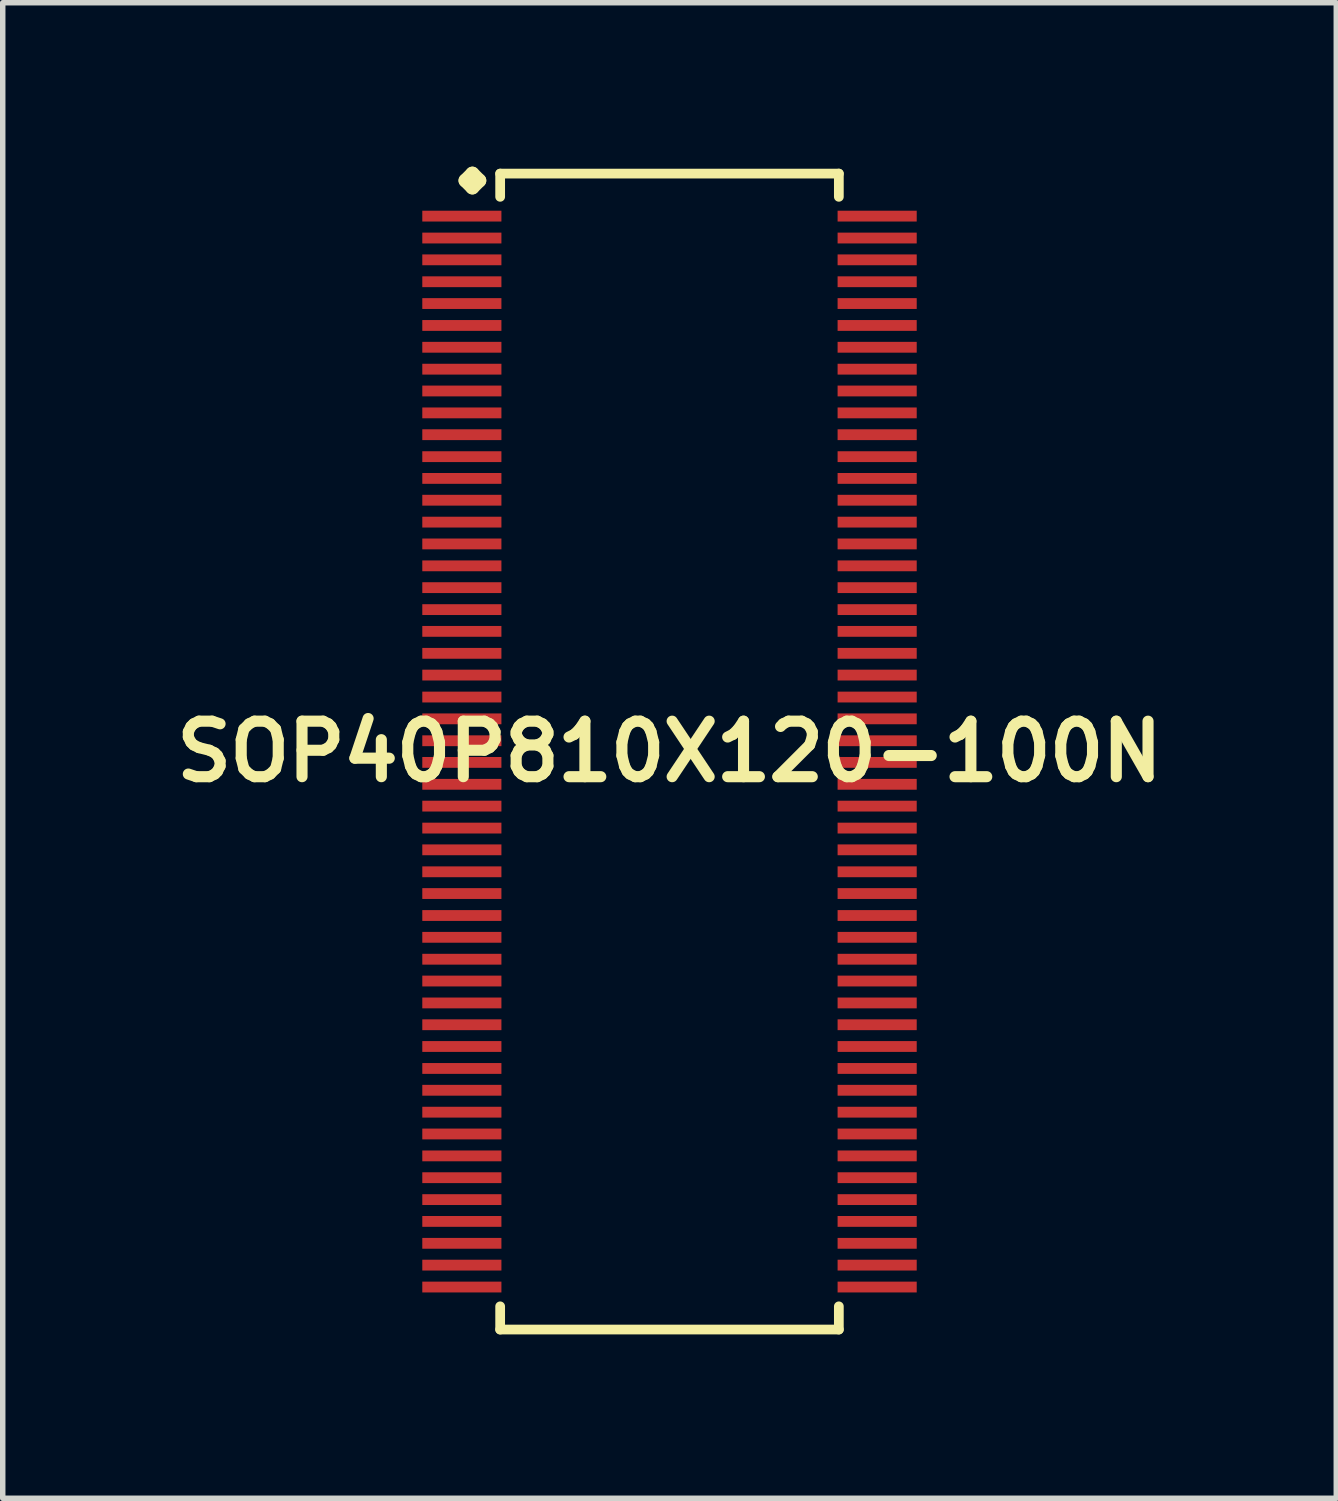
<source format=kicad_pcb>
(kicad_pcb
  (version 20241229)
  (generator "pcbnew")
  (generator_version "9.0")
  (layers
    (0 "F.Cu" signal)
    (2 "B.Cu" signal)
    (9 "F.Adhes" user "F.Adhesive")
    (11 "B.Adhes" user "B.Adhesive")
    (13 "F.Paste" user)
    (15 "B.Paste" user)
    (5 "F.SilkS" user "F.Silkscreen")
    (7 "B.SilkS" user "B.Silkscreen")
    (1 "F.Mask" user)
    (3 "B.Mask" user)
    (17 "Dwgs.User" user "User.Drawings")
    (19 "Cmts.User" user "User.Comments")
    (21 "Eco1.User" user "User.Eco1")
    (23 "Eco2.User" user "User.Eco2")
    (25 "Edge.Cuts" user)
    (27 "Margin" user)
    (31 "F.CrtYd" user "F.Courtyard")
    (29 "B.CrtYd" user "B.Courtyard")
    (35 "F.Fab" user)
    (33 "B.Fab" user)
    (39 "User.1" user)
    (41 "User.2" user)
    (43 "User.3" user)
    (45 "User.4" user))
  (footprint "SOP40P810X120-100N"
    (layer "F.Cu")
    (at 9.202 10.704)
    (property "Reference" "SOP40P810X120-100N" (at 0 0 0) (layer "F.SilkS") (effects (font (size 1.016 1.016) (thickness 0.203))))
    (attr smd)
    (fp_line (start -3.734 -10.45) (end -3.607 -10.577) (stroke (width 0.254) (type solid)) (layer "F.SilkS"))
    (fp_line (start -3.607 -10.577) (end -3.48 -10.45) (stroke (width 0.254) (type solid)) (layer "F.SilkS"))
    (fp_line (start -3.607 -10.323) (end -3.734 -10.45) (stroke (width 0.254) (type solid)) (layer "F.SilkS"))
    (fp_line (start -3.48 -10.45) (end -3.607 -10.323) (stroke (width 0.254) (type solid)) (layer "F.SilkS"))
    (fp_line (start -3.099 -10.577) (end 3.099 -10.577) (stroke (width 0.178) (type solid)) (layer "F.SilkS"))
    (fp_line (start -3.099 -10.152) (end -3.099 -10.577) (stroke (width 0.178) (type solid)) (layer "F.SilkS"))
    (fp_line (start -3.099 10.152) (end -3.099 10.577) (stroke (width 0.178) (type solid)) (layer "F.SilkS"))
    (fp_line (start -3.099 10.577) (end 3.099 10.577) (stroke (width 0.178) (type solid)) (layer "F.SilkS"))
    (fp_line (start 3.099 -10.577) (end 3.099 -10.152) (stroke (width 0.178) (type solid)) (layer "F.SilkS"))
    (fp_line (start 3.099 10.577) (end 3.099 10.152) (stroke (width 0.178) (type solid)) (layer "F.SilkS"))
    (pad "1" smd rect (at -3.8 -9.799) (size 1.448 0.198) (layers "F.Cu" "F.Mask" "F.Paste"))
    (pad "2" smd rect (at -3.8 -9.398) (size 1.448 0.198) (layers "F.Cu" "F.Mask" "F.Paste"))
    (pad "3" smd rect (at -3.8 -8.999) (size 1.448 0.198) (layers "F.Cu" "F.Mask" "F.Paste"))
    (pad "4" smd rect (at -3.8 -8.598) (size 1.448 0.198) (layers "F.Cu" "F.Mask" "F.Paste"))
    (pad "5" smd rect (at -3.8 -8.199) (size 1.448 0.198) (layers "F.Cu" "F.Mask" "F.Paste"))
    (pad "6" smd rect (at -3.8 -7.798) (size 1.448 0.198) (layers "F.Cu" "F.Mask" "F.Paste"))
    (pad "7" smd rect (at -3.8 -7.399) (size 1.448 0.198) (layers "F.Cu" "F.Mask" "F.Paste"))
    (pad "8" smd rect (at -3.8 -6.998) (size 1.448 0.198) (layers "F.Cu" "F.Mask" "F.Paste"))
    (pad "9" smd rect (at -3.8 -6.599) (size 1.448 0.198) (layers "F.Cu" "F.Mask" "F.Paste"))
    (pad "10" smd rect (at -3.8 -6.198) (size 1.448 0.198) (layers "F.Cu" "F.Mask" "F.Paste"))
    (pad "11" smd rect (at -3.8 -5.799) (size 1.448 0.198) (layers "F.Cu" "F.Mask" "F.Paste"))
    (pad "12" smd rect (at -3.8 -5.397) (size 1.448 0.198) (layers "F.Cu" "F.Mask" "F.Paste"))
    (pad "13" smd rect (at -3.8 -4.999) (size 1.448 0.198) (layers "F.Cu" "F.Mask" "F.Paste"))
    (pad "14" smd rect (at -3.8 -4.6) (size 1.448 0.198) (layers "F.Cu" "F.Mask" "F.Paste"))
    (pad "15" smd rect (at -3.8 -4.199) (size 1.448 0.198) (layers "F.Cu" "F.Mask" "F.Paste"))
    (pad "16" smd rect (at -3.8 -3.8) (size 1.448 0.198) (layers "F.Cu" "F.Mask" "F.Paste"))
    (pad "17" smd rect (at -3.8 -3.399) (size 1.448 0.198) (layers "F.Cu" "F.Mask" "F.Paste"))
    (pad "18" smd rect (at -3.8 -3) (size 1.448 0.198) (layers "F.Cu" "F.Mask" "F.Paste"))
    (pad "19" smd rect (at -3.8 -2.598) (size 1.448 0.198) (layers "F.Cu" "F.Mask" "F.Paste"))
    (pad "20" smd rect (at -3.8 -2.2) (size 1.448 0.198) (layers "F.Cu" "F.Mask" "F.Paste"))
    (pad "21" smd rect (at -3.8 -1.798) (size 1.448 0.198) (layers "F.Cu" "F.Mask" "F.Paste"))
    (pad "22" smd rect (at -3.8 -1.4) (size 1.448 0.198) (layers "F.Cu" "F.Mask" "F.Paste"))
    (pad "23" smd rect (at -3.8 -0.998) (size 1.448 0.198) (layers "F.Cu" "F.Mask" "F.Paste"))
    (pad "24" smd rect (at -3.8 -0.599) (size 1.448 0.198) (layers "F.Cu" "F.Mask" "F.Paste"))
    (pad "25" smd rect (at -3.8 -0.198) (size 1.448 0.198) (layers "F.Cu" "F.Mask" "F.Paste"))
    (pad "26" smd rect (at -3.8 0.198) (size 1.448 0.198) (layers "F.Cu" "F.Mask" "F.Paste"))
    (pad "27" smd rect (at -3.8 0.599) (size 1.448 0.198) (layers "F.Cu" "F.Mask" "F.Paste"))
    (pad "28" smd rect (at -3.8 0.998) (size 1.448 0.198) (layers "F.Cu" "F.Mask" "F.Paste"))
    (pad "29" smd rect (at -3.8 1.4) (size 1.448 0.198) (layers "F.Cu" "F.Mask" "F.Paste"))
    (pad "30" smd rect (at -3.8 1.798) (size 1.448 0.198) (layers "F.Cu" "F.Mask" "F.Paste"))
    (pad "31" smd rect (at -3.8 2.2) (size 1.448 0.198) (layers "F.Cu" "F.Mask" "F.Paste"))
    (pad "32" smd rect (at -3.8 2.598) (size 1.448 0.198) (layers "F.Cu" "F.Mask" "F.Paste"))
    (pad "33" smd rect (at -3.8 3) (size 1.448 0.198) (layers "F.Cu" "F.Mask" "F.Paste"))
    (pad "34" smd rect (at -3.8 3.399) (size 1.448 0.198) (layers "F.Cu" "F.Mask" "F.Paste"))
    (pad "35" smd rect (at -3.8 3.8) (size 1.448 0.198) (layers "F.Cu" "F.Mask" "F.Paste"))
    (pad "36" smd rect (at -3.8 4.199) (size 1.448 0.198) (layers "F.Cu" "F.Mask" "F.Paste"))
    (pad "37" smd rect (at -3.8 4.6) (size 1.448 0.198) (layers "F.Cu" "F.Mask" "F.Paste"))
    (pad "38" smd rect (at -3.8 4.999) (size 1.448 0.198) (layers "F.Cu" "F.Mask" "F.Paste"))
    (pad "39" smd rect (at -3.8 5.397) (size 1.448 0.198) (layers "F.Cu" "F.Mask" "F.Paste"))
    (pad "40" smd rect (at -3.8 5.799) (size 1.448 0.198) (layers "F.Cu" "F.Mask" "F.Paste"))
    (pad "41" smd rect (at -3.8 6.198) (size 1.448 0.198) (layers "F.Cu" "F.Mask" "F.Paste"))
    (pad "42" smd rect (at -3.8 6.599) (size 1.448 0.198) (layers "F.Cu" "F.Mask" "F.Paste"))
    (pad "43" smd rect (at -3.8 6.998) (size 1.448 0.198) (layers "F.Cu" "F.Mask" "F.Paste"))
    (pad "44" smd rect (at -3.8 7.399) (size 1.448 0.198) (layers "F.Cu" "F.Mask" "F.Paste"))
    (pad "45" smd rect (at -3.8 7.798) (size 1.448 0.198) (layers "F.Cu" "F.Mask" "F.Paste"))
    (pad "46" smd rect (at -3.8 8.199) (size 1.448 0.198) (layers "F.Cu" "F.Mask" "F.Paste"))
    (pad "47" smd rect (at -3.8 8.598) (size 1.448 0.198) (layers "F.Cu" "F.Mask" "F.Paste"))
    (pad "48" smd rect (at -3.8 8.999) (size 1.448 0.198) (layers "F.Cu" "F.Mask" "F.Paste"))
    (pad "49" smd rect (at -3.8 9.398) (size 1.448 0.198) (layers "F.Cu" "F.Mask" "F.Paste"))
    (pad "50" smd rect (at -3.8 9.799) (size 1.448 0.198) (layers "F.Cu" "F.Mask" "F.Paste"))
    (pad "51" smd rect (at 3.8 9.799) (size 1.448 0.198) (layers "F.Cu" "F.Mask" "F.Paste"))
    (pad "52" smd rect (at 3.8 9.398) (size 1.448 0.198) (layers "F.Cu" "F.Mask" "F.Paste"))
    (pad "53" smd rect (at 3.8 8.999) (size 1.448 0.198) (layers "F.Cu" "F.Mask" "F.Paste"))
    (pad "54" smd rect (at 3.8 8.598) (size 1.448 0.198) (layers "F.Cu" "F.Mask" "F.Paste"))
    (pad "55" smd rect (at 3.8 8.199) (size 1.448 0.198) (layers "F.Cu" "F.Mask" "F.Paste"))
    (pad "56" smd rect (at 3.8 7.798) (size 1.448 0.198) (layers "F.Cu" "F.Mask" "F.Paste"))
    (pad "57" smd rect (at 3.8 7.399) (size 1.448 0.198) (layers "F.Cu" "F.Mask" "F.Paste"))
    (pad "58" smd rect (at 3.8 6.998) (size 1.448 0.198) (layers "F.Cu" "F.Mask" "F.Paste"))
    (pad "59" smd rect (at 3.8 6.599) (size 1.448 0.198) (layers "F.Cu" "F.Mask" "F.Paste"))
    (pad "60" smd rect (at 3.8 6.198) (size 1.448 0.198) (layers "F.Cu" "F.Mask" "F.Paste"))
    (pad "61" smd rect (at 3.8 5.799) (size 1.448 0.198) (layers "F.Cu" "F.Mask" "F.Paste"))
    (pad "62" smd rect (at 3.8 5.397) (size 1.448 0.198) (layers "F.Cu" "F.Mask" "F.Paste"))
    (pad "63" smd rect (at 3.8 4.999) (size 1.448 0.198) (layers "F.Cu" "F.Mask" "F.Paste"))
    (pad "64" smd rect (at 3.8 4.6) (size 1.448 0.198) (layers "F.Cu" "F.Mask" "F.Paste"))
    (pad "65" smd rect (at 3.8 4.199) (size 1.448 0.198) (layers "F.Cu" "F.Mask" "F.Paste"))
    (pad "66" smd rect (at 3.8 3.8) (size 1.448 0.198) (layers "F.Cu" "F.Mask" "F.Paste"))
    (pad "67" smd rect (at 3.8 3.399) (size 1.448 0.198) (layers "F.Cu" "F.Mask" "F.Paste"))
    (pad "68" smd rect (at 3.8 3) (size 1.448 0.198) (layers "F.Cu" "F.Mask" "F.Paste"))
    (pad "69" smd rect (at 3.8 2.598) (size 1.448 0.198) (layers "F.Cu" "F.Mask" "F.Paste"))
    (pad "70" smd rect (at 3.8 2.2) (size 1.448 0.198) (layers "F.Cu" "F.Mask" "F.Paste"))
    (pad "71" smd rect (at 3.8 1.798) (size 1.448 0.198) (layers "F.Cu" "F.Mask" "F.Paste"))
    (pad "72" smd rect (at 3.8 1.4) (size 1.448 0.198) (layers "F.Cu" "F.Mask" "F.Paste"))
    (pad "73" smd rect (at 3.8 0.998) (size 1.448 0.198) (layers "F.Cu" "F.Mask" "F.Paste"))
    (pad "74" smd rect (at 3.8 0.599) (size 1.448 0.198) (layers "F.Cu" "F.Mask" "F.Paste"))
    (pad "75" smd rect (at 3.8 0.198) (size 1.448 0.198) (layers "F.Cu" "F.Mask" "F.Paste"))
    (pad "76" smd rect (at 3.8 -0.198) (size 1.448 0.198) (layers "F.Cu" "F.Mask" "F.Paste"))
    (pad "77" smd rect (at 3.8 -0.599) (size 1.448 0.198) (layers "F.Cu" "F.Mask" "F.Paste"))
    (pad "78" smd rect (at 3.8 -0.998) (size 1.448 0.198) (layers "F.Cu" "F.Mask" "F.Paste"))
    (pad "79" smd rect (at 3.8 -1.4) (size 1.448 0.198) (layers "F.Cu" "F.Mask" "F.Paste"))
    (pad "80" smd rect (at 3.8 -1.798) (size 1.448 0.198) (layers "F.Cu" "F.Mask" "F.Paste"))
    (pad "81" smd rect (at 3.8 -2.2) (size 1.448 0.198) (layers "F.Cu" "F.Mask" "F.Paste"))
    (pad "82" smd rect (at 3.8 -2.598) (size 1.448 0.198) (layers "F.Cu" "F.Mask" "F.Paste"))
    (pad "83" smd rect (at 3.8 -3) (size 1.448 0.198) (layers "F.Cu" "F.Mask" "F.Paste"))
    (pad "84" smd rect (at 3.8 -3.399) (size 1.448 0.198) (layers "F.Cu" "F.Mask" "F.Paste"))
    (pad "85" smd rect (at 3.8 -3.8) (size 1.448 0.198) (layers "F.Cu" "F.Mask" "F.Paste"))
    (pad "86" smd rect (at 3.8 -4.199) (size 1.448 0.198) (layers "F.Cu" "F.Mask" "F.Paste"))
    (pad "87" smd rect (at 3.8 -4.6) (size 1.448 0.198) (layers "F.Cu" "F.Mask" "F.Paste"))
    (pad "88" smd rect (at 3.8 -4.999) (size 1.448 0.198) (layers "F.Cu" "F.Mask" "F.Paste"))
    (pad "89" smd rect (at 3.8 -5.397) (size 1.448 0.198) (layers "F.Cu" "F.Mask" "F.Paste"))
    (pad "90" smd rect (at 3.8 -5.799) (size 1.448 0.198) (layers "F.Cu" "F.Mask" "F.Paste"))
    (pad "91" smd rect (at 3.8 -6.198) (size 1.448 0.198) (layers "F.Cu" "F.Mask" "F.Paste"))
    (pad "92" smd rect (at 3.8 -6.599) (size 1.448 0.198) (layers "F.Cu" "F.Mask" "F.Paste"))
    (pad "93" smd rect (at 3.8 -6.998) (size 1.448 0.198) (layers "F.Cu" "F.Mask" "F.Paste"))
    (pad "94" smd rect (at 3.8 -7.399) (size 1.448 0.198) (layers "F.Cu" "F.Mask" "F.Paste"))
    (pad "95" smd rect (at 3.8 -7.798) (size 1.448 0.198) (layers "F.Cu" "F.Mask" "F.Paste"))
    (pad "96" smd rect (at 3.8 -8.199) (size 1.448 0.198) (layers "F.Cu" "F.Mask" "F.Paste"))
    (pad "97" smd rect (at 3.8 -8.598) (size 1.448 0.198) (layers "F.Cu" "F.Mask" "F.Paste"))
    (pad "98" smd rect (at 3.8 -8.999) (size 1.448 0.198) (layers "F.Cu" "F.Mask" "F.Paste"))
    (pad "99" smd rect (at 3.8 -9.398) (size 1.448 0.198) (layers "F.Cu" "F.Mask" "F.Paste"))
    (pad "100" smd rect (at 3.8 -9.799) (size 1.448 0.198) (layers "F.Cu" "F.Mask" "F.Paste")))
  (gr_rect
    (start -3 -3)
    (end 21.404 24.369)
    (stroke (width 0.1) (type default))
    (fill no)
    (layer "Edge.Cuts")))
</source>
